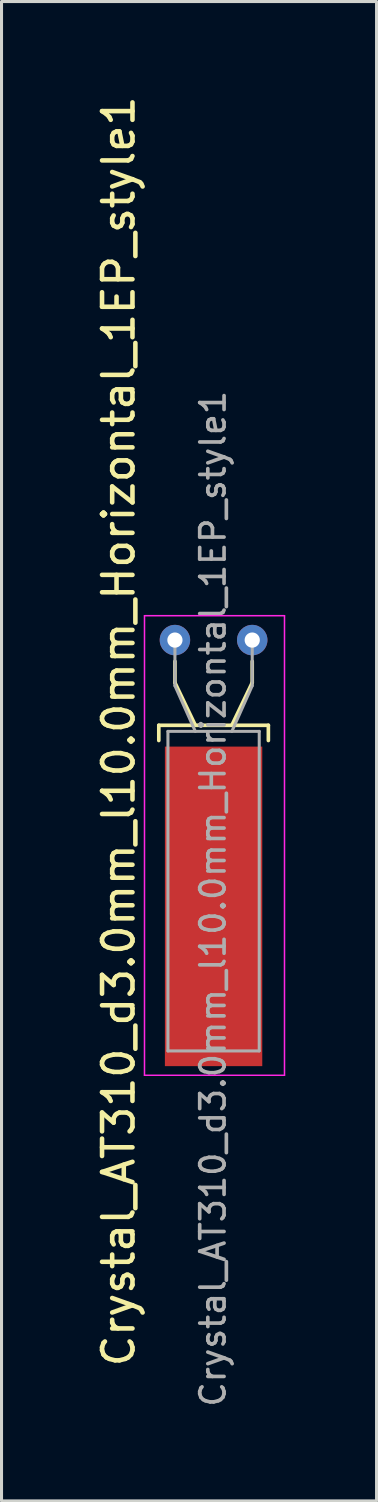
<source format=kicad_pcb>
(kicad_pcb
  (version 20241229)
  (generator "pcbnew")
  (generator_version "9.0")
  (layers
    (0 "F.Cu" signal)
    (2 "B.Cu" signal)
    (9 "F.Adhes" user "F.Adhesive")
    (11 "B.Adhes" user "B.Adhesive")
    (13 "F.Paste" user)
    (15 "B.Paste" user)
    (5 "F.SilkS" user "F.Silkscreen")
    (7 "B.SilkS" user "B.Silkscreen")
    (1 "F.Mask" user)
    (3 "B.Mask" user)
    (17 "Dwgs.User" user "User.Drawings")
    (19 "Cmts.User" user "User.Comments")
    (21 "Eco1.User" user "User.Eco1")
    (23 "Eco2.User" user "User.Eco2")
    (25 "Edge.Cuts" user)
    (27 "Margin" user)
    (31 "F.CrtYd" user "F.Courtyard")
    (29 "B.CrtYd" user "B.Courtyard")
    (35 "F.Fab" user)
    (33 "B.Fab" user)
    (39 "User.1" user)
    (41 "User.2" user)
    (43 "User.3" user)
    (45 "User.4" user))
  (footprint "Crystal_AT310_d3.0mm_l10.0mm_Horizontal_1EP_style1"
    (layer "F.Cu")
    (at 2.698 17.982)
    (property "Reference" "Crystal_AT310_d3.0mm_l10.0mm_Horizontal_1EP_style1" (at -1.85 3 90) (layer "F.SilkS") (effects (font (size 1 1) (thickness 0.15))))
    (attr through_hole)
    (fp_line (start -0.53 2.8) (end 3.07 2.8) (stroke (width 0.12) (type solid)) (layer "F.SilkS"))
    (fp_line (start -0.53 3.3) (end -0.53 2.8) (stroke (width 0.12) (type solid)) (layer "F.SilkS"))
    (fp_line (start 0 1.4) (end 0 0.7) (stroke (width 0.12) (type solid)) (layer "F.SilkS"))
    (fp_line (start 0.67 2.8) (end 0 1.4) (stroke (width 0.12) (type solid)) (layer "F.SilkS"))
    (fp_line (start 1.87 2.8) (end 2.54 1.4) (stroke (width 0.12) (type solid)) (layer "F.SilkS"))
    (fp_line (start 2.54 1.4) (end 2.54 0.7) (stroke (width 0.12) (type solid)) (layer "F.SilkS"))
    (fp_line (start 3.07 2.8) (end 3.07 3.3) (stroke (width 0.12) (type solid)) (layer "F.SilkS"))
    (fp_line (start -1 -0.8) (end -1 14.3) (stroke (width 0.05) (type solid)) (layer "F.CrtYd"))
    (fp_line (start -1 14.3) (end 3.6 14.3) (stroke (width 0.05) (type solid)) (layer "F.CrtYd"))
    (fp_line (start 3.6 -0.8) (end -1 -0.8) (stroke (width 0.05) (type solid)) (layer "F.CrtYd"))
    (fp_line (start 3.6 14.3) (end 3.6 -0.8) (stroke (width 0.05) (type solid)) (layer "F.CrtYd"))
    (fp_line (start -0.23 3) (end -0.23 13.5) (stroke (width 0.1) (type solid)) (layer "F.Fab"))
    (fp_line (start -0.23 13.5) (end 2.77 13.5) (stroke (width 0.1) (type solid)) (layer "F.Fab"))
    (fp_line (start 0 1.5) (end 0 0) (stroke (width 0.1) (type solid)) (layer "F.Fab"))
    (fp_line (start 0.67 3) (end 0 1.5) (stroke (width 0.1) (type solid)) (layer "F.Fab"))
    (fp_line (start 1.87 3) (end 2.54 1.5) (stroke (width 0.1) (type solid)) (layer "F.Fab"))
    (fp_line (start 2.54 1.5) (end 2.54 0) (stroke (width 0.1) (type solid)) (layer "F.Fab"))
    (fp_line (start 2.77 3) (end -0.23 3) (stroke (width 0.1) (type solid)) (layer "F.Fab"))
    (fp_line (start 2.77 13.5) (end 2.77 3) (stroke (width 0.1) (type solid)) (layer "F.Fab"))
    (fp_text user "${REFERENCE}" (at 1.25 8.5 90) (layer "F.Fab") (effects (font (size 0.8 0.8) (thickness 0.12))))
    (pad "1" thru_hole circle (at 0 0) (size 1 1) (drill 0.5) (layers "*.Cu" "*.Mask"))
    (pad "2" thru_hole circle (at 2.54 0) (size 1 1) (drill 0.5) (layers "*.Cu" "*.Mask"))
    (pad "3" smd rect (at 1.27 8.75) (size 3.2 10.5) (layers "F.Cu" "F.Mask" "F.Paste")))
  (gr_rect
    (start -3 -3)
    (end 9.323 46.268)
    (stroke (width 0.1) (type default))
    (fill no)
    (layer "Edge.Cuts")))
</source>
